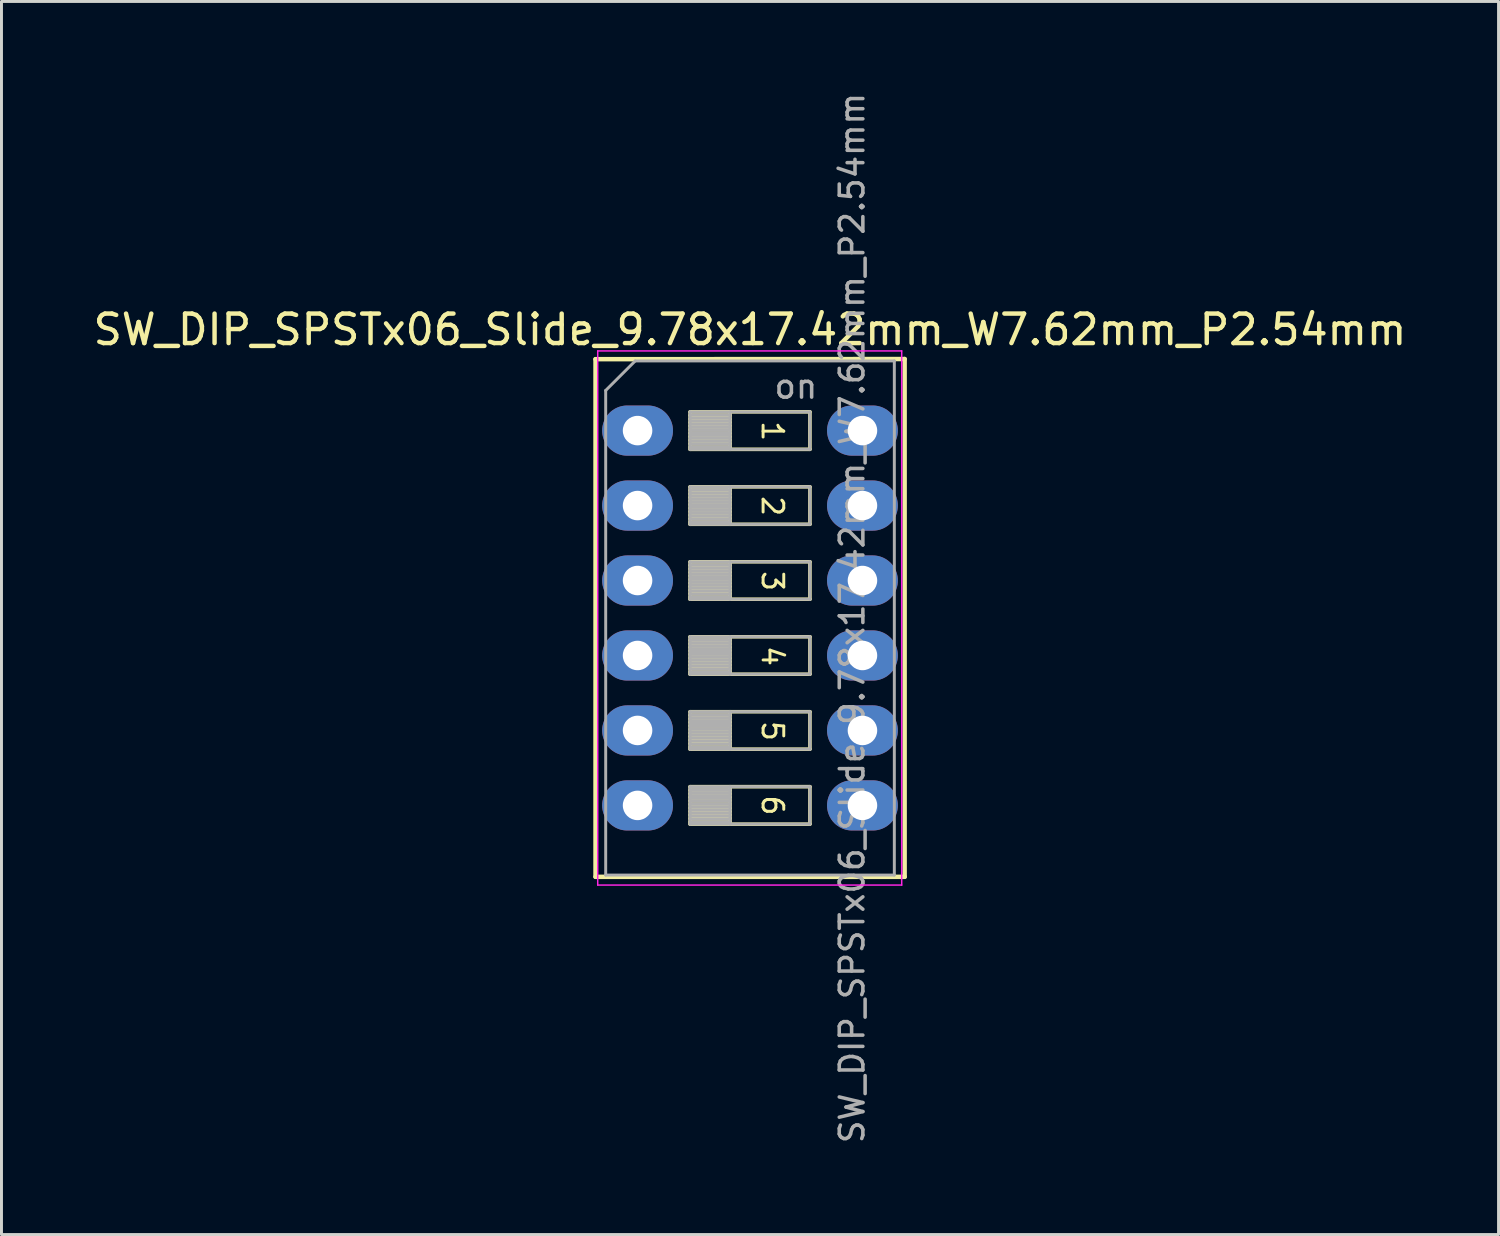
<source format=kicad_pcb>
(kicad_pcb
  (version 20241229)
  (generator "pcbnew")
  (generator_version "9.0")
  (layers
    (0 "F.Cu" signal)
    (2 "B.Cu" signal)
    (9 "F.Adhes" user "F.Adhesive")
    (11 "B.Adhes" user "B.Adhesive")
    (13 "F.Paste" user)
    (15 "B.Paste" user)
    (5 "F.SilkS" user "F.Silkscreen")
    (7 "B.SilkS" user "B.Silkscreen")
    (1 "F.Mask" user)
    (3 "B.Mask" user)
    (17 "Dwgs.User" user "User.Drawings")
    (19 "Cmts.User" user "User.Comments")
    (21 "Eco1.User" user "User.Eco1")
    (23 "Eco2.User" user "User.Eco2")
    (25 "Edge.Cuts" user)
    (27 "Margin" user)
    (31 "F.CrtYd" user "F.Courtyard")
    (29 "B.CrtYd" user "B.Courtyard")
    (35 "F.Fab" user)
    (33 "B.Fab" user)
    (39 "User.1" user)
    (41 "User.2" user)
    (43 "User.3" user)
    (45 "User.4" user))
  (footprint "SW_DIP_SPSTx06_Slide_9.78x17.42mm_W7.62mm_P2.54mm"
    (layer "F.Cu")
    (at 18.553 11.54)
    (property "Reference" "SW_DIP_SPSTx06_Slide_9.78x17.42mm_W7.62mm_P2.54mm" (at 3.81 -3.42 0) (layer "F.SilkS") (effects (font (size 1 1) (thickness 0.15))))
    (attr through_hole)
    (fp_line (start -1.425 -2.42) (end -1.425 15.12) (stroke (width 0.15) (type solid)) (layer "F.SilkS"))
    (fp_line (start -1.425 -2.42) (end 9.05 -2.425) (stroke (width 0.15) (type solid)) (layer "F.SilkS"))
    (fp_line (start -1.425 15.12) (end 9.05 15.12) (stroke (width 0.15) (type solid)) (layer "F.SilkS"))
    (fp_line (start 1.78 -0.635) (end 1.78 0.635) (stroke (width 0.12) (type solid)) (layer "F.SilkS"))
    (fp_line (start 1.78 -0.515) (end 3.133 -0.515) (stroke (width 0.12) (type solid)) (layer "F.SilkS"))
    (fp_line (start 1.78 -0.395) (end 3.133 -0.395) (stroke (width 0.12) (type solid)) (layer "F.SilkS"))
    (fp_line (start 1.78 -0.275) (end 3.133 -0.275) (stroke (width 0.12) (type solid)) (layer "F.SilkS"))
    (fp_line (start 1.78 -0.155) (end 3.133 -0.155) (stroke (width 0.12) (type solid)) (layer "F.SilkS"))
    (fp_line (start 1.78 -0.035) (end 3.133 -0.035) (stroke (width 0.12) (type solid)) (layer "F.SilkS"))
    (fp_line (start 1.78 0.085) (end 3.133 0.085) (stroke (width 0.12) (type solid)) (layer "F.SilkS"))
    (fp_line (start 1.78 0.205) (end 3.133 0.205) (stroke (width 0.12) (type solid)) (layer "F.SilkS"))
    (fp_line (start 1.78 0.325) (end 3.133 0.325) (stroke (width 0.12) (type solid)) (layer "F.SilkS"))
    (fp_line (start 1.78 0.445) (end 3.133 0.445) (stroke (width 0.12) (type solid)) (layer "F.SilkS"))
    (fp_line (start 1.78 0.565) (end 3.133 0.565) (stroke (width 0.12) (type solid)) (layer "F.SilkS"))
    (fp_line (start 1.78 0.635) (end 5.84 0.635) (stroke (width 0.12) (type solid)) (layer "F.SilkS"))
    (fp_line (start 1.78 1.905) (end 1.78 3.175) (stroke (width 0.12) (type solid)) (layer "F.SilkS"))
    (fp_line (start 1.78 2.025) (end 3.133 2.025) (stroke (width 0.12) (type solid)) (layer "F.SilkS"))
    (fp_line (start 1.78 2.145) (end 3.133 2.145) (stroke (width 0.12) (type solid)) (layer "F.SilkS"))
    (fp_line (start 1.78 2.265) (end 3.133 2.265) (stroke (width 0.12) (type solid)) (layer "F.SilkS"))
    (fp_line (start 1.78 2.385) (end 3.133 2.385) (stroke (width 0.12) (type solid)) (layer "F.SilkS"))
    (fp_line (start 1.78 2.505) (end 3.133 2.505) (stroke (width 0.12) (type solid)) (layer "F.SilkS"))
    (fp_line (start 1.78 2.625) (end 3.133 2.625) (stroke (width 0.12) (type solid)) (layer "F.SilkS"))
    (fp_line (start 1.78 2.745) (end 3.133 2.745) (stroke (width 0.12) (type solid)) (layer "F.SilkS"))
    (fp_line (start 1.78 2.865) (end 3.133 2.865) (stroke (width 0.12) (type solid)) (layer "F.SilkS"))
    (fp_line (start 1.78 2.985) (end 3.133 2.985) (stroke (width 0.12) (type solid)) (layer "F.SilkS"))
    (fp_line (start 1.78 3.105) (end 3.133 3.105) (stroke (width 0.12) (type solid)) (layer "F.SilkS"))
    (fp_line (start 1.78 3.175) (end 5.84 3.175) (stroke (width 0.12) (type solid)) (layer "F.SilkS"))
    (fp_line (start 1.78 4.445) (end 1.78 5.715) (stroke (width 0.12) (type solid)) (layer "F.SilkS"))
    (fp_line (start 1.78 4.565) (end 3.133 4.565) (stroke (width 0.12) (type solid)) (layer "F.SilkS"))
    (fp_line (start 1.78 4.685) (end 3.133 4.685) (stroke (width 0.12) (type solid)) (layer "F.SilkS"))
    (fp_line (start 1.78 4.805) (end 3.133 4.805) (stroke (width 0.12) (type solid)) (layer "F.SilkS"))
    (fp_line (start 1.78 4.925) (end 3.133 4.925) (stroke (width 0.12) (type solid)) (layer "F.SilkS"))
    (fp_line (start 1.78 5.045) (end 3.133 5.045) (stroke (width 0.12) (type solid)) (layer "F.SilkS"))
    (fp_line (start 1.78 5.165) (end 3.133 5.165) (stroke (width 0.12) (type solid)) (layer "F.SilkS"))
    (fp_line (start 1.78 5.285) (end 3.133 5.285) (stroke (width 0.12) (type solid)) (layer "F.SilkS"))
    (fp_line (start 1.78 5.405) (end 3.133 5.405) (stroke (width 0.12) (type solid)) (layer "F.SilkS"))
    (fp_line (start 1.78 5.525) (end 3.133 5.525) (stroke (width 0.12) (type solid)) (layer "F.SilkS"))
    (fp_line (start 1.78 5.645) (end 3.133 5.645) (stroke (width 0.12) (type solid)) (layer "F.SilkS"))
    (fp_line (start 1.78 5.715) (end 5.84 5.715) (stroke (width 0.12) (type solid)) (layer "F.SilkS"))
    (fp_line (start 1.78 6.985) (end 1.78 8.255) (stroke (width 0.12) (type solid)) (layer "F.SilkS"))
    (fp_line (start 1.78 7.105) (end 3.133 7.105) (stroke (width 0.12) (type solid)) (layer "F.SilkS"))
    (fp_line (start 1.78 7.225) (end 3.133 7.225) (stroke (width 0.12) (type solid)) (layer "F.SilkS"))
    (fp_line (start 1.78 7.345) (end 3.133 7.345) (stroke (width 0.12) (type solid)) (layer "F.SilkS"))
    (fp_line (start 1.78 7.465) (end 3.133 7.465) (stroke (width 0.12) (type solid)) (layer "F.SilkS"))
    (fp_line (start 1.78 7.585) (end 3.133 7.585) (stroke (width 0.12) (type solid)) (layer "F.SilkS"))
    (fp_line (start 1.78 7.705) (end 3.133 7.705) (stroke (width 0.12) (type solid)) (layer "F.SilkS"))
    (fp_line (start 1.78 7.825) (end 3.133 7.825) (stroke (width 0.12) (type solid)) (layer "F.SilkS"))
    (fp_line (start 1.78 7.945) (end 3.133 7.945) (stroke (width 0.12) (type solid)) (layer "F.SilkS"))
    (fp_line (start 1.78 8.065) (end 3.133 8.065) (stroke (width 0.12) (type solid)) (layer "F.SilkS"))
    (fp_line (start 1.78 8.185) (end 3.133 8.185) (stroke (width 0.12) (type solid)) (layer "F.SilkS"))
    (fp_line (start 1.78 8.255) (end 5.84 8.255) (stroke (width 0.12) (type solid)) (layer "F.SilkS"))
    (fp_line (start 1.78 9.525) (end 1.78 10.795) (stroke (width 0.12) (type solid)) (layer "F.SilkS"))
    (fp_line (start 1.78 9.645) (end 3.133 9.645) (stroke (width 0.12) (type solid)) (layer "F.SilkS"))
    (fp_line (start 1.78 9.765) (end 3.133 9.765) (stroke (width 0.12) (type solid)) (layer "F.SilkS"))
    (fp_line (start 1.78 9.885) (end 3.133 9.885) (stroke (width 0.12) (type solid)) (layer "F.SilkS"))
    (fp_line (start 1.78 10.005) (end 3.133 10.005) (stroke (width 0.12) (type solid)) (layer "F.SilkS"))
    (fp_line (start 1.78 10.125) (end 3.133 10.125) (stroke (width 0.12) (type solid)) (layer "F.SilkS"))
    (fp_line (start 1.78 10.245) (end 3.133 10.245) (stroke (width 0.12) (type solid)) (layer "F.SilkS"))
    (fp_line (start 1.78 10.365) (end 3.133 10.365) (stroke (width 0.12) (type solid)) (layer "F.SilkS"))
    (fp_line (start 1.78 10.485) (end 3.133 10.485) (stroke (width 0.12) (type solid)) (layer "F.SilkS"))
    (fp_line (start 1.78 10.605) (end 3.133 10.605) (stroke (width 0.12) (type solid)) (layer "F.SilkS"))
    (fp_line (start 1.78 10.725) (end 3.133 10.725) (stroke (width 0.12) (type solid)) (layer "F.SilkS"))
    (fp_line (start 1.78 10.795) (end 5.84 10.795) (stroke (width 0.12) (type solid)) (layer "F.SilkS"))
    (fp_line (start 1.78 12.065) (end 1.78 13.335) (stroke (width 0.12) (type solid)) (layer "F.SilkS"))
    (fp_line (start 1.78 12.185) (end 3.133 12.185) (stroke (width 0.12) (type solid)) (layer "F.SilkS"))
    (fp_line (start 1.78 12.305) (end 3.133 12.305) (stroke (width 0.12) (type solid)) (layer "F.SilkS"))
    (fp_line (start 1.78 12.425) (end 3.133 12.425) (stroke (width 0.12) (type solid)) (layer "F.SilkS"))
    (fp_line (start 1.78 12.545) (end 3.133 12.545) (stroke (width 0.12) (type solid)) (layer "F.SilkS"))
    (fp_line (start 1.78 12.665) (end 3.133 12.665) (stroke (width 0.12) (type solid)) (layer "F.SilkS"))
    (fp_line (start 1.78 12.785) (end 3.133 12.785) (stroke (width 0.12) (type solid)) (layer "F.SilkS"))
    (fp_line (start 1.78 12.905) (end 3.133 12.905) (stroke (width 0.12) (type solid)) (layer "F.SilkS"))
    (fp_line (start 1.78 13.025) (end 3.133 13.025) (stroke (width 0.12) (type solid)) (layer "F.SilkS"))
    (fp_line (start 1.78 13.145) (end 3.133 13.145) (stroke (width 0.12) (type solid)) (layer "F.SilkS"))
    (fp_line (start 1.78 13.265) (end 3.133 13.265) (stroke (width 0.12) (type solid)) (layer "F.SilkS"))
    (fp_line (start 1.78 13.335) (end 5.84 13.335) (stroke (width 0.12) (type solid)) (layer "F.SilkS"))
    (fp_line (start 3.133 -0.635) (end 3.133 0.635) (stroke (width 0.12) (type solid)) (layer "F.SilkS"))
    (fp_line (start 3.133 1.905) (end 3.133 3.175) (stroke (width 0.12) (type solid)) (layer "F.SilkS"))
    (fp_line (start 3.133 4.445) (end 3.133 5.715) (stroke (width 0.12) (type solid)) (layer "F.SilkS"))
    (fp_line (start 3.133 6.985) (end 3.133 8.255) (stroke (width 0.12) (type solid)) (layer "F.SilkS"))
    (fp_line (start 3.133 9.525) (end 3.133 10.795) (stroke (width 0.12) (type solid)) (layer "F.SilkS"))
    (fp_line (start 3.133 12.065) (end 3.133 13.335) (stroke (width 0.12) (type solid)) (layer "F.SilkS"))
    (fp_line (start 5.84 -0.635) (end 1.78 -0.635) (stroke (width 0.12) (type solid)) (layer "F.SilkS"))
    (fp_line (start 5.84 0.635) (end 5.84 -0.635) (stroke (width 0.12) (type solid)) (layer "F.SilkS"))
    (fp_line (start 5.84 1.905) (end 1.78 1.905) (stroke (width 0.12) (type solid)) (layer "F.SilkS"))
    (fp_line (start 5.84 3.175) (end 5.84 1.905) (stroke (width 0.12) (type solid)) (layer "F.SilkS"))
    (fp_line (start 5.84 4.445) (end 1.78 4.445) (stroke (width 0.12) (type solid)) (layer "F.SilkS"))
    (fp_line (start 5.84 5.715) (end 5.84 4.445) (stroke (width 0.12) (type solid)) (layer "F.SilkS"))
    (fp_line (start 5.84 6.985) (end 1.78 6.985) (stroke (width 0.12) (type solid)) (layer "F.SilkS"))
    (fp_line (start 5.84 8.255) (end 5.84 6.985) (stroke (width 0.12) (type solid)) (layer "F.SilkS"))
    (fp_line (start 5.84 9.525) (end 1.78 9.525) (stroke (width 0.12) (type solid)) (layer "F.SilkS"))
    (fp_line (start 5.84 10.795) (end 5.84 9.525) (stroke (width 0.12) (type solid)) (layer "F.SilkS"))
    (fp_line (start 5.84 12.065) (end 1.78 12.065) (stroke (width 0.12) (type solid)) (layer "F.SilkS"))
    (fp_line (start 5.84 13.335) (end 5.84 12.065) (stroke (width 0.12) (type solid)) (layer "F.SilkS"))
    (fp_line (start 9.05 -2.425) (end 9.05 15.12) (stroke (width 0.15) (type solid)) (layer "F.SilkS"))
    (fp_line (start -1.35 -2.7) (end -1.35 15.4) (stroke (width 0.05) (type solid)) (layer "F.CrtYd"))
    (fp_line (start -1.35 15.4) (end 8.95 15.4) (stroke (width 0.05) (type solid)) (layer "F.CrtYd"))
    (fp_line (start 8.95 -2.7) (end -1.35 -2.7) (stroke (width 0.05) (type solid)) (layer "F.CrtYd"))
    (fp_line (start 8.95 15.4) (end 8.95 -2.7) (stroke (width 0.05) (type solid)) (layer "F.CrtYd"))
    (fp_line (start -1.08 -1.36) (end -0.08 -2.36) (stroke (width 0.1) (type solid)) (layer "F.Fab"))
    (fp_line (start -1.08 15.06) (end -1.08 -1.36) (stroke (width 0.1) (type solid)) (layer "F.Fab"))
    (fp_line (start -0.08 -2.36) (end 8.7 -2.36) (stroke (width 0.1) (type solid)) (layer "F.Fab"))
    (fp_line (start 1.78 -0.635) (end 1.78 0.635) (stroke (width 0.1) (type solid)) (layer "F.Fab"))
    (fp_line (start 1.78 -0.535) (end 3.133 -0.535) (stroke (width 0.1) (type solid)) (layer "F.Fab"))
    (fp_line (start 1.78 -0.435) (end 3.133 -0.435) (stroke (width 0.1) (type solid)) (layer "F.Fab"))
    (fp_line (start 1.78 -0.335) (end 3.133 -0.335) (stroke (width 0.1) (type solid)) (layer "F.Fab"))
    (fp_line (start 1.78 -0.235) (end 3.133 -0.235) (stroke (width 0.1) (type solid)) (layer "F.Fab"))
    (fp_line (start 1.78 -0.135) (end 3.133 -0.135) (stroke (width 0.1) (type solid)) (layer "F.Fab"))
    (fp_line (start 1.78 -0.035) (end 3.133 -0.035) (stroke (width 0.1) (type solid)) (layer "F.Fab"))
    (fp_line (start 1.78 0.065) (end 3.133 0.065) (stroke (width 0.1) (type solid)) (layer "F.Fab"))
    (fp_line (start 1.78 0.165) (end 3.133 0.165) (stroke (width 0.1) (type solid)) (layer "F.Fab"))
    (fp_line (start 1.78 0.265) (end 3.133 0.265) (stroke (width 0.1) (type solid)) (layer "F.Fab"))
    (fp_line (start 1.78 0.365) (end 3.133 0.365) (stroke (width 0.1) (type solid)) (layer "F.Fab"))
    (fp_line (start 1.78 0.465) (end 3.133 0.465) (stroke (width 0.1) (type solid)) (layer "F.Fab"))
    (fp_line (start 1.78 0.565) (end 3.133 0.565) (stroke (width 0.1) (type solid)) (layer "F.Fab"))
    (fp_line (start 1.78 0.635) (end 5.84 0.635) (stroke (width 0.1) (type solid)) (layer "F.Fab"))
    (fp_line (start 1.78 1.905) (end 1.78 3.175) (stroke (width 0.1) (type solid)) (layer "F.Fab"))
    (fp_line (start 1.78 2.005) (end 3.133 2.005) (stroke (width 0.1) (type solid)) (layer "F.Fab"))
    (fp_line (start 1.78 2.105) (end 3.133 2.105) (stroke (width 0.1) (type solid)) (layer "F.Fab"))
    (fp_line (start 1.78 2.205) (end 3.133 2.205) (stroke (width 0.1) (type solid)) (layer "F.Fab"))
    (fp_line (start 1.78 2.305) (end 3.133 2.305) (stroke (width 0.1) (type solid)) (layer "F.Fab"))
    (fp_line (start 1.78 2.405) (end 3.133 2.405) (stroke (width 0.1) (type solid)) (layer "F.Fab"))
    (fp_line (start 1.78 2.505) (end 3.133 2.505) (stroke (width 0.1) (type solid)) (layer "F.Fab"))
    (fp_line (start 1.78 2.605) (end 3.133 2.605) (stroke (width 0.1) (type solid)) (layer "F.Fab"))
    (fp_line (start 1.78 2.705) (end 3.133 2.705) (stroke (width 0.1) (type solid)) (layer "F.Fab"))
    (fp_line (start 1.78 2.805) (end 3.133 2.805) (stroke (width 0.1) (type solid)) (layer "F.Fab"))
    (fp_line (start 1.78 2.905) (end 3.133 2.905) (stroke (width 0.1) (type solid)) (layer "F.Fab"))
    (fp_line (start 1.78 3.005) (end 3.133 3.005) (stroke (width 0.1) (type solid)) (layer "F.Fab"))
    (fp_line (start 1.78 3.105) (end 3.133 3.105) (stroke (width 0.1) (type solid)) (layer "F.Fab"))
    (fp_line (start 1.78 3.175) (end 5.84 3.175) (stroke (width 0.1) (type solid)) (layer "F.Fab"))
    (fp_line (start 1.78 4.445) (end 1.78 5.715) (stroke (width 0.1) (type solid)) (layer "F.Fab"))
    (fp_line (start 1.78 4.545) (end 3.133 4.545) (stroke (width 0.1) (type solid)) (layer "F.Fab"))
    (fp_line (start 1.78 4.645) (end 3.133 4.645) (stroke (width 0.1) (type solid)) (layer "F.Fab"))
    (fp_line (start 1.78 4.745) (end 3.133 4.745) (stroke (width 0.1) (type solid)) (layer "F.Fab"))
    (fp_line (start 1.78 4.845) (end 3.133 4.845) (stroke (width 0.1) (type solid)) (layer "F.Fab"))
    (fp_line (start 1.78 4.945) (end 3.133 4.945) (stroke (width 0.1) (type solid)) (layer "F.Fab"))
    (fp_line (start 1.78 5.045) (end 3.133 5.045) (stroke (width 0.1) (type solid)) (layer "F.Fab"))
    (fp_line (start 1.78 5.145) (end 3.133 5.145) (stroke (width 0.1) (type solid)) (layer "F.Fab"))
    (fp_line (start 1.78 5.245) (end 3.133 5.245) (stroke (width 0.1) (type solid)) (layer "F.Fab"))
    (fp_line (start 1.78 5.345) (end 3.133 5.345) (stroke (width 0.1) (type solid)) (layer "F.Fab"))
    (fp_line (start 1.78 5.445) (end 3.133 5.445) (stroke (width 0.1) (type solid)) (layer "F.Fab"))
    (fp_line (start 1.78 5.545) (end 3.133 5.545) (stroke (width 0.1) (type solid)) (layer "F.Fab"))
    (fp_line (start 1.78 5.645) (end 3.133 5.645) (stroke (width 0.1) (type solid)) (layer "F.Fab"))
    (fp_line (start 1.78 5.715) (end 5.84 5.715) (stroke (width 0.1) (type solid)) (layer "F.Fab"))
    (fp_line (start 1.78 6.985) (end 1.78 8.255) (stroke (width 0.1) (type solid)) (layer "F.Fab"))
    (fp_line (start 1.78 7.085) (end 3.133 7.085) (stroke (width 0.1) (type solid)) (layer "F.Fab"))
    (fp_line (start 1.78 7.185) (end 3.133 7.185) (stroke (width 0.1) (type solid)) (layer "F.Fab"))
    (fp_line (start 1.78 7.285) (end 3.133 7.285) (stroke (width 0.1) (type solid)) (layer "F.Fab"))
    (fp_line (start 1.78 7.385) (end 3.133 7.385) (stroke (width 0.1) (type solid)) (layer "F.Fab"))
    (fp_line (start 1.78 7.485) (end 3.133 7.485) (stroke (width 0.1) (type solid)) (layer "F.Fab"))
    (fp_line (start 1.78 7.585) (end 3.133 7.585) (stroke (width 0.1) (type solid)) (layer "F.Fab"))
    (fp_line (start 1.78 7.685) (end 3.133 7.685) (stroke (width 0.1) (type solid)) (layer "F.Fab"))
    (fp_line (start 1.78 7.785) (end 3.133 7.785) (stroke (width 0.1) (type solid)) (layer "F.Fab"))
    (fp_line (start 1.78 7.885) (end 3.133 7.885) (stroke (width 0.1) (type solid)) (layer "F.Fab"))
    (fp_line (start 1.78 7.985) (end 3.133 7.985) (stroke (width 0.1) (type solid)) (layer "F.Fab"))
    (fp_line (start 1.78 8.085) (end 3.133 8.085) (stroke (width 0.1) (type solid)) (layer "F.Fab"))
    (fp_line (start 1.78 8.185) (end 3.133 8.185) (stroke (width 0.1) (type solid)) (layer "F.Fab"))
    (fp_line (start 1.78 8.255) (end 5.84 8.255) (stroke (width 0.1) (type solid)) (layer "F.Fab"))
    (fp_line (start 1.78 9.525) (end 1.78 10.795) (stroke (width 0.1) (type solid)) (layer "F.Fab"))
    (fp_line (start 1.78 9.625) (end 3.133 9.625) (stroke (width 0.1) (type solid)) (layer "F.Fab"))
    (fp_line (start 1.78 9.725) (end 3.133 9.725) (stroke (width 0.1) (type solid)) (layer "F.Fab"))
    (fp_line (start 1.78 9.825) (end 3.133 9.825) (stroke (width 0.1) (type solid)) (layer "F.Fab"))
    (fp_line (start 1.78 9.925) (end 3.133 9.925) (stroke (width 0.1) (type solid)) (layer "F.Fab"))
    (fp_line (start 1.78 10.025) (end 3.133 10.025) (stroke (width 0.1) (type solid)) (layer "F.Fab"))
    (fp_line (start 1.78 10.125) (end 3.133 10.125) (stroke (width 0.1) (type solid)) (layer "F.Fab"))
    (fp_line (start 1.78 10.225) (end 3.133 10.225) (stroke (width 0.1) (type solid)) (layer "F.Fab"))
    (fp_line (start 1.78 10.325) (end 3.133 10.325) (stroke (width 0.1) (type solid)) (layer "F.Fab"))
    (fp_line (start 1.78 10.425) (end 3.133 10.425) (stroke (width 0.1) (type solid)) (layer "F.Fab"))
    (fp_line (start 1.78 10.525) (end 3.133 10.525) (stroke (width 0.1) (type solid)) (layer "F.Fab"))
    (fp_line (start 1.78 10.625) (end 3.133 10.625) (stroke (width 0.1) (type solid)) (layer "F.Fab"))
    (fp_line (start 1.78 10.725) (end 3.133 10.725) (stroke (width 0.1) (type solid)) (layer "F.Fab"))
    (fp_line (start 1.78 10.795) (end 5.84 10.795) (stroke (width 0.1) (type solid)) (layer "F.Fab"))
    (fp_line (start 1.78 12.065) (end 1.78 13.335) (stroke (width 0.1) (type solid)) (layer "F.Fab"))
    (fp_line (start 1.78 12.165) (end 3.133 12.165) (stroke (width 0.1) (type solid)) (layer "F.Fab"))
    (fp_line (start 1.78 12.265) (end 3.133 12.265) (stroke (width 0.1) (type solid)) (layer "F.Fab"))
    (fp_line (start 1.78 12.365) (end 3.133 12.365) (stroke (width 0.1) (type solid)) (layer "F.Fab"))
    (fp_line (start 1.78 12.465) (end 3.133 12.465) (stroke (width 0.1) (type solid)) (layer "F.Fab"))
    (fp_line (start 1.78 12.565) (end 3.133 12.565) (stroke (width 0.1) (type solid)) (layer "F.Fab"))
    (fp_line (start 1.78 12.665) (end 3.133 12.665) (stroke (width 0.1) (type solid)) (layer "F.Fab"))
    (fp_line (start 1.78 12.765) (end 3.133 12.765) (stroke (width 0.1) (type solid)) (layer "F.Fab"))
    (fp_line (start 1.78 12.865) (end 3.133 12.865) (stroke (width 0.1) (type solid)) (layer "F.Fab"))
    (fp_line (start 1.78 12.965) (end 3.133 12.965) (stroke (width 0.1) (type solid)) (layer "F.Fab"))
    (fp_line (start 1.78 13.065) (end 3.133 13.065) (stroke (width 0.1) (type solid)) (layer "F.Fab"))
    (fp_line (start 1.78 13.165) (end 3.133 13.165) (stroke (width 0.1) (type solid)) (layer "F.Fab"))
    (fp_line (start 1.78 13.265) (end 3.133 13.265) (stroke (width 0.1) (type solid)) (layer "F.Fab"))
    (fp_line (start 1.78 13.335) (end 5.84 13.335) (stroke (width 0.1) (type solid)) (layer "F.Fab"))
    (fp_line (start 3.133 -0.635) (end 3.133 0.635) (stroke (width 0.1) (type solid)) (layer "F.Fab"))
    (fp_line (start 3.133 1.905) (end 3.133 3.175) (stroke (width 0.1) (type solid)) (layer "F.Fab"))
    (fp_line (start 3.133 4.445) (end 3.133 5.715) (stroke (width 0.1) (type solid)) (layer "F.Fab"))
    (fp_line (start 3.133 6.985) (end 3.133 8.255) (stroke (width 0.1) (type solid)) (layer "F.Fab"))
    (fp_line (start 3.133 9.525) (end 3.133 10.795) (stroke (width 0.1) (type solid)) (layer "F.Fab"))
    (fp_line (start 3.133 12.065) (end 3.133 13.335) (stroke (width 0.1) (type solid)) (layer "F.Fab"))
    (fp_line (start 5.84 -0.635) (end 1.78 -0.635) (stroke (width 0.1) (type solid)) (layer "F.Fab"))
    (fp_line (start 5.84 0.635) (end 5.84 -0.635) (stroke (width 0.1) (type solid)) (layer "F.Fab"))
    (fp_line (start 5.84 1.905) (end 1.78 1.905) (stroke (width 0.1) (type solid)) (layer "F.Fab"))
    (fp_line (start 5.84 3.175) (end 5.84 1.905) (stroke (width 0.1) (type solid)) (layer "F.Fab"))
    (fp_line (start 5.84 4.445) (end 1.78 4.445) (stroke (width 0.1) (type solid)) (layer "F.Fab"))
    (fp_line (start 5.84 5.715) (end 5.84 4.445) (stroke (width 0.1) (type solid)) (layer "F.Fab"))
    (fp_line (start 5.84 6.985) (end 1.78 6.985) (stroke (width 0.1) (type solid)) (layer "F.Fab"))
    (fp_line (start 5.84 8.255) (end 5.84 6.985) (stroke (width 0.1) (type solid)) (layer "F.Fab"))
    (fp_line (start 5.84 9.525) (end 1.78 9.525) (stroke (width 0.1) (type solid)) (layer "F.Fab"))
    (fp_line (start 5.84 10.795) (end 5.84 9.525) (stroke (width 0.1) (type solid)) (layer "F.Fab"))
    (fp_line (start 5.84 12.065) (end 1.78 12.065) (stroke (width 0.1) (type solid)) (layer "F.Fab"))
    (fp_line (start 5.84 13.335) (end 5.84 12.065) (stroke (width 0.1) (type solid)) (layer "F.Fab"))
    (fp_line (start 8.7 -2.36) (end 8.7 15.06) (stroke (width 0.1) (type solid)) (layer "F.Fab"))
    (fp_line (start 8.7 15.06) (end -1.08 15.06) (stroke (width 0.1) (type solid)) (layer "F.Fab"))
    (fp_text user "3" (at 4.572 4.699 270) (unlocked yes) (layer "F.SilkS") (effects (font (size 0.7 0.7) (thickness 0.1)) (justify left)))
    (fp_text user "6" (at 4.572 12.7 270) (unlocked yes) (layer "F.SilkS") (effects (font (size 0.7 0.7) (thickness 0.1))))
    (fp_text user "4" (at 4.572 7.239 270) (unlocked yes) (layer "F.SilkS") (effects (font (size 0.7 0.7) (thickness 0.1)) (justify left)))
    (fp_text user "5" (at 4.572 9.779 270) (unlocked yes) (layer "F.SilkS") (effects (font (size 0.7 0.7) (thickness 0.1)) (justify left)))
    (fp_text user "1" (at 4.572 -0.381 270) (unlocked yes) (layer "F.SilkS") (effects (font (size 0.7 0.7) (thickness 0.1)) (justify left)))
    (fp_text user "2" (at 4.572 2.159 270) (unlocked yes) (layer "F.SilkS") (effects (font (size 0.7 0.7) (thickness 0.1)) (justify left)))
    (fp_text user "${REFERENCE}" (at 7.27 6.35 90) (layer "F.Fab") (effects (font (size 0.8 0.8) (thickness 0.12))))
    (fp_text user "on" (at 5.365 -1.498 0) (layer "F.Fab") (effects (font (size 0.8 0.8) (thickness 0.12))))
    (pad "1" thru_hole oval (at 7.62 0) (size 2.4 1.7) (drill 1) (layers "*.Cu" "*.Mask"))
    (pad "2" thru_hole oval (at 7.62 2.54) (size 2.4 1.7) (drill 1) (layers "*.Cu" "*.Mask"))
    (pad "3" thru_hole oval (at 7.62 5.08) (size 2.4 1.7) (drill 1) (layers "*.Cu" "*.Mask"))
    (pad "4" thru_hole oval (at 7.62 7.62) (size 2.4 1.7) (drill 1) (layers "*.Cu" "*.Mask"))
    (pad "5" thru_hole oval (at 7.62 10.16) (size 2.4 1.7) (drill 1) (layers "*.Cu" "*.Mask"))
    (pad "6" thru_hole oval (at 7.62 12.7) (size 2.4 1.7) (drill 1) (layers "*.Cu" "*.Mask"))
    (pad "7" thru_hole oval (at 0 12.7) (size 2.4 1.7) (drill 1) (layers "*.Cu" "*.Mask"))
    (pad "8" thru_hole oval (at 0 10.16) (size 2.4 1.7) (drill 1) (layers "*.Cu" "*.Mask"))
    (pad "9" thru_hole oval (at 0 7.62) (size 2.4 1.7) (drill 1) (layers "*.Cu" "*.Mask"))
    (pad "10" thru_hole oval (at 0 5.08) (size 2.4 1.7) (drill 1) (layers "*.Cu" "*.Mask"))
    (pad "11" thru_hole oval (at 0 2.54) (size 2.4 1.7) (drill 1) (layers "*.Cu" "*.Mask"))
    (pad "12" thru_hole oval (at 0 0) (size 2.4 1.7) (drill 1) (layers "*.Cu" "*.Mask")))
  (gr_rect
    (start -3 -3)
    (end 47.726 38.781)
    (stroke (width 0.1) (type default))
    (fill no)
    (layer "Edge.Cuts")))
</source>
